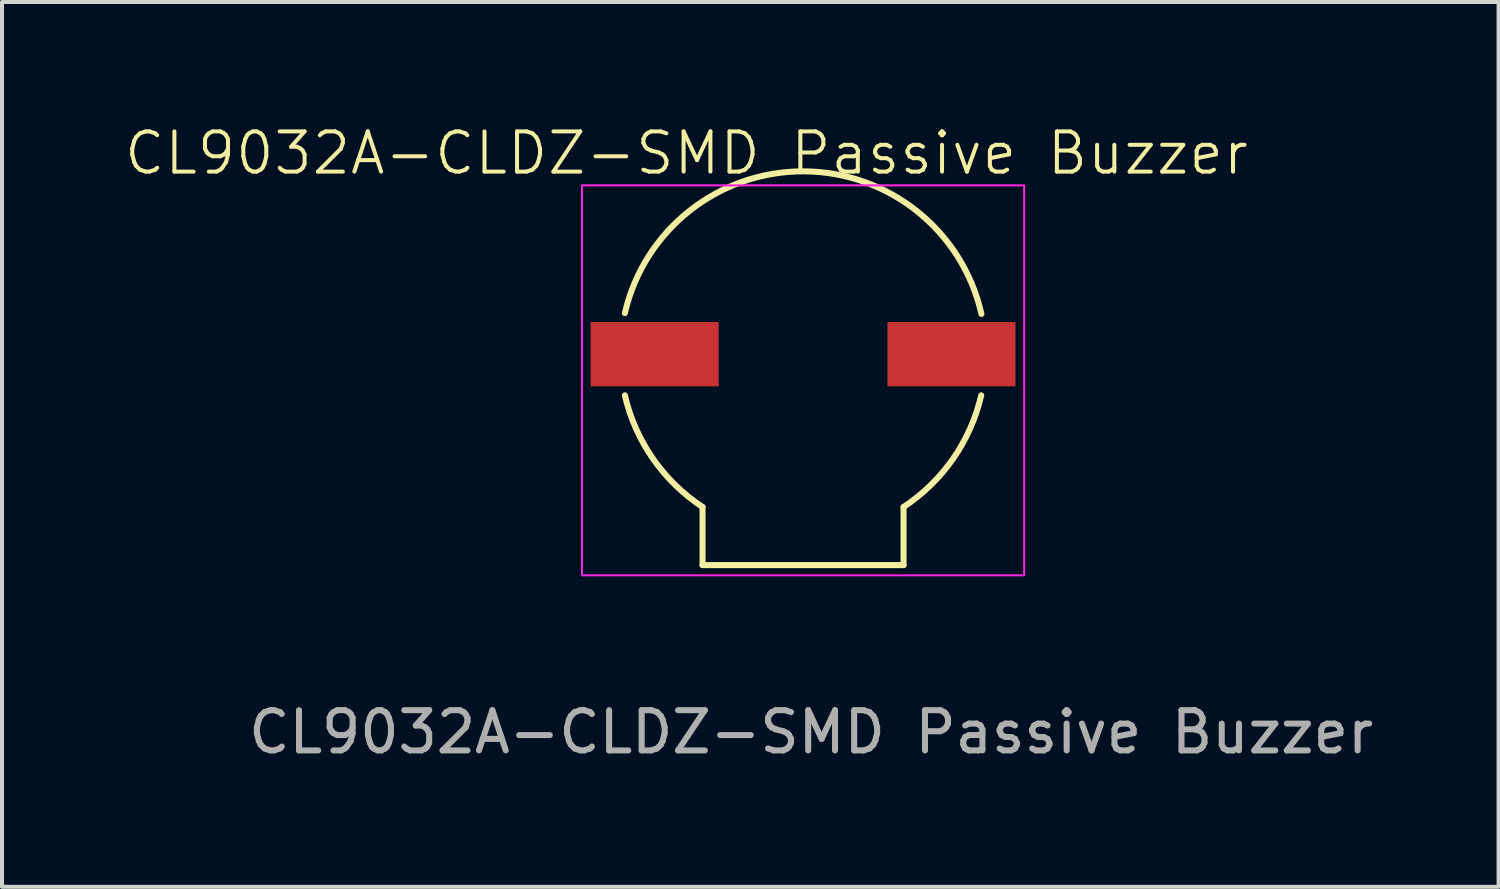
<source format=kicad_pcb>
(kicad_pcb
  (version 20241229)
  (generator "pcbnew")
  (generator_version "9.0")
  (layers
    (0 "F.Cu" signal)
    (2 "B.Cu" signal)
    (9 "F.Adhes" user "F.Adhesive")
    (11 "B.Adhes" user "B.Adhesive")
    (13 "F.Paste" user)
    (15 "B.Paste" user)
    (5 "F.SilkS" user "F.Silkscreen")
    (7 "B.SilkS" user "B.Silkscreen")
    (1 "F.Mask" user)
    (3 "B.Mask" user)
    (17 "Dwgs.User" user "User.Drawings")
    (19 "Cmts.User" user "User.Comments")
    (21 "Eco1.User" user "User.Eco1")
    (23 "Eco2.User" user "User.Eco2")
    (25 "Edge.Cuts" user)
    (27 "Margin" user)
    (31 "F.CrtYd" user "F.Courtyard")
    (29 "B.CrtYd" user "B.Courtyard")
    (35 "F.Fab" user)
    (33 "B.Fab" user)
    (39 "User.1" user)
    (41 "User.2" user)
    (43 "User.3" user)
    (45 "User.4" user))
  (footprint "CL9032A-CLDZ-SMD Passive Buzzer"
    (layer "F.Cu")
    (at 16.926 5.761)
    (property "Reference" "CL9032A-CLDZ-SMD Passive Buzzer" (at -2.9 -5 0) (unlocked yes) (layer "F.SilkS") (effects (font (size 1 1) (thickness 0.1))))
    (attr smd)
    (fp_line (start -2.5 3.8) (end -2.5 5.246) (stroke (width 0.15) (type default)) (layer "F.SilkS"))
    (fp_line (start -2.5 5.246) (end 2.5 5.246) (stroke (width 0.15) (type default)) (layer "F.SilkS"))
    (fp_line (start 2.5 5.246) (end 2.5 3.8) (stroke (width 0.15) (type default)) (layer "F.SilkS"))
    (fp_arc (start -4.432153 -1.0228) (mid 0.011119 -4.548624) (end 4.4371 -1.00112) (stroke (width 0.15) (type default)) (layer "F.SilkS"))
    (fp_arc (start -2.5 3.800012) (mid -3.733888 2.597727) (end -4.432153 1.022801) (stroke (width 0.15) (type default)) (layer "F.SilkS"))
    (fp_arc (start 4.432141 1.022803) (mid 3.733879 2.59772) (end 2.5 3.8) (stroke (width 0.15) (type default)) (layer "F.SilkS"))
    (fp_rect (start -5.5 -4.2) (end 5.5 5.5) (stroke (width 0.05) (type default)) (fill no) (layer "F.CrtYd"))
    (fp_text user "${REFERENCE}" (at 0.2 9.4 0) (unlocked yes) (layer "F.Fab") (effects (font (size 1 1) (thickness 0.15))))
    (pad "1" smd rect (at 3.692 0) (size 3.185 1.6) (layers "F.Cu" "F.Mask" "F.Paste"))
    (pad "2" smd rect (at -3.692 0) (size 3.185 1.6) (layers "F.Cu" "F.Mask" "F.Paste")))
  (gr_rect
    (start -3 -3)
    (end 34.227 19.009)
    (stroke (width 0.1) (type default))
    (fill no)
    (layer "Edge.Cuts")))
</source>
